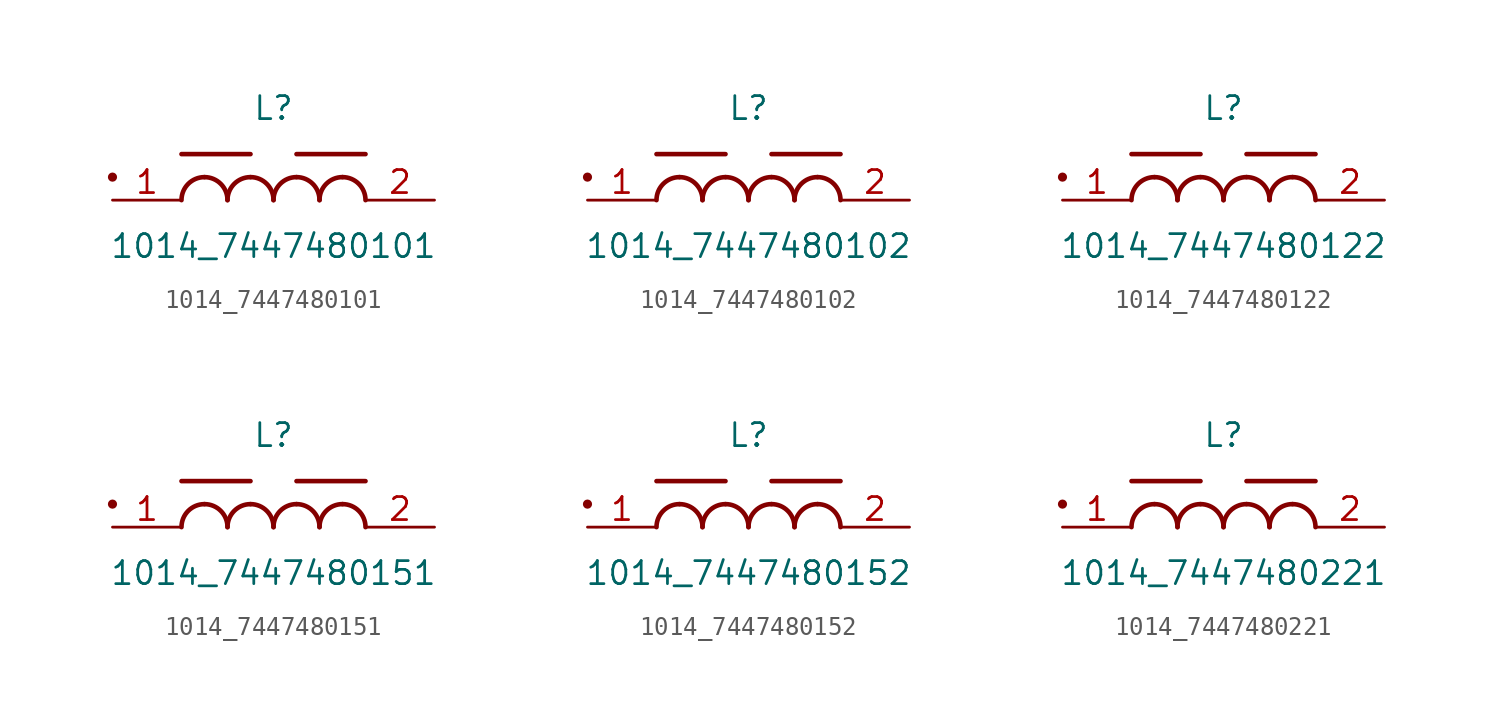
<source format=kicad_sym>
(kicad_symbol_lib
  (version 20211014)
  (generator kicad_symbol_editor)
  (symbol "Inductor_Wurth_WE-TI:1014_7447480101"
    (pin_names hide)
    (property "Reference" "L"
      (at 0 5.08 0)
      (effects (font (size 1.27 1.27))))
    (property "Value" "1014_7447480101"
      (at 0 -2.54 0)
      (effects (font (size 1.27 1.27))))
    (symbol "1014_7447480101_0_1"
      (circle (center -8.89 1.27) (radius 0.0001) (stroke (width 0.254)) (stroke (width 0.254) (type default) (color 0 0 0 0)) (fill (type none)))
      (arc (start -3.81 1.27) (mid -4.708 0.898) (end -5.08 0) (stroke (width 0.254) (type default) (color 0 0 0 0)) (fill (type none)))
      (arc (start -2.54 0) (mid -2.912 0.898) (end -3.81 1.27) (stroke (width 0.254) (type default) (color 0 0 0 0)) (fill (type none)))
      (arc (start -1.2699 1.2701) (mid -2.1679 0.8981) (end -2.5399 0.0001) (stroke (width 0.254) (type default) (color 0 0 0 0)) (fill (type none)))
      (polyline (pts (xy -5.08 2.54) (xy -1.27 2.54)) (stroke (width 0.254) (type default) (color 0 0 0 0)) (fill (type none)))
      (polyline (pts (xy 5.08 2.54) (xy 1.27 2.54)) (stroke (width 0.254) (type default) (color 0 0 0 0)) (fill (type none)))
      (arc (start 0.0001 0.0001) (mid -0.3719 0.8981) (end -1.2699 1.2701) (stroke (width 0.254) (type default) (color 0 0 0 0)) (fill (type none)))
      (arc (start 1.2701 1.2701) (mid 0.3721 0.8981) (end 0.0001 0.0001) (stroke (width 0.254) (type default) (color 0 0 0 0)) (fill (type none)))
      (arc (start 2.5401 0.0001) (mid 2.1681 0.8981) (end 1.2701 1.2701) (stroke (width 0.254) (type default) (color 0 0 0 0)) (fill (type none)))
      (arc (start 3.8101 1.2701) (mid 2.9121 0.8981) (end 2.5401 0.0001) (stroke (width 0.254) (type default) (color 0 0 0 0)) (fill (type none)))
      (arc (start 5.0801 0.0001) (mid 4.7081 0.8981) (end 3.8101 1.2701) (stroke (width 0.254) (type default) (color 0 0 0 0)) (fill (type none))))
    (symbol "1014_7447480101_1_1"
      (pin passive line (at -8.89 0 0) (length 3.81) (name "1" (effects (font (size 1.27 1.27)))) (number "1" (effects (font (size 1.27 1.27)))))
      (pin passive line (at 8.89 0 180) (length 3.81) (name "2" (effects (font (size 1.27 1.27)))) (number "2" (effects (font (size 1.27 1.27)))))))
  (symbol "Inductor_Wurth_WE-TI:1014_7447480102"
    (pin_names hide)
    (property "Reference" "L"
      (at 0 5.08 0)
      (effects (font (size 1.27 1.27))))
    (property "Value" "1014_7447480102"
      (at 0 -2.54 0)
      (effects (font (size 1.27 1.27))))
    (symbol "1014_7447480102_0_1"
      (circle (center -8.89 1.27) (radius 0.0001) (stroke (width 0.254)) (stroke (width 0.254) (type default) (color 0 0 0 0)) (fill (type none)))
      (arc (start -3.81 1.27) (mid -4.708 0.898) (end -5.08 0) (stroke (width 0.254) (type default) (color 0 0 0 0)) (fill (type none)))
      (arc (start -2.54 0) (mid -2.912 0.898) (end -3.81 1.27) (stroke (width 0.254) (type default) (color 0 0 0 0)) (fill (type none)))
      (arc (start -1.2699 1.2701) (mid -2.1679 0.8981) (end -2.5399 0.0001) (stroke (width 0.254) (type default) (color 0 0 0 0)) (fill (type none)))
      (polyline (pts (xy -5.08 2.54) (xy -1.27 2.54)) (stroke (width 0.254) (type default) (color 0 0 0 0)) (fill (type none)))
      (polyline (pts (xy 5.08 2.54) (xy 1.27 2.54)) (stroke (width 0.254) (type default) (color 0 0 0 0)) (fill (type none)))
      (arc (start 0.0001 0.0001) (mid -0.3719 0.8981) (end -1.2699 1.2701) (stroke (width 0.254) (type default) (color 0 0 0 0)) (fill (type none)))
      (arc (start 1.2701 1.2701) (mid 0.3721 0.8981) (end 0.0001 0.0001) (stroke (width 0.254) (type default) (color 0 0 0 0)) (fill (type none)))
      (arc (start 2.5401 0.0001) (mid 2.1681 0.8981) (end 1.2701 1.2701) (stroke (width 0.254) (type default) (color 0 0 0 0)) (fill (type none)))
      (arc (start 3.8101 1.2701) (mid 2.9121 0.8981) (end 2.5401 0.0001) (stroke (width 0.254) (type default) (color 0 0 0 0)) (fill (type none)))
      (arc (start 5.0801 0.0001) (mid 4.7081 0.8981) (end 3.8101 1.2701) (stroke (width 0.254) (type default) (color 0 0 0 0)) (fill (type none))))
    (symbol "1014_7447480102_1_1"
      (pin passive line (at -8.89 0 0) (length 3.81) (name "1" (effects (font (size 1.27 1.27)))) (number "1" (effects (font (size 1.27 1.27)))))
      (pin passive line (at 8.89 0 180) (length 3.81) (name "2" (effects (font (size 1.27 1.27)))) (number "2" (effects (font (size 1.27 1.27)))))))
  (symbol "Inductor_Wurth_WE-TI:1014_7447480122"
    (pin_names hide)
    (property "Reference" "L"
      (at 0 5.08 0)
      (effects (font (size 1.27 1.27))))
    (property "Value" "1014_7447480122"
      (at 0 -2.54 0)
      (effects (font (size 1.27 1.27))))
    (symbol "1014_7447480122_0_1"
      (circle (center -8.89 1.27) (radius 0.0001) (stroke (width 0.254)) (stroke (width 0.254) (type default) (color 0 0 0 0)) (fill (type none)))
      (arc (start -3.81 1.27) (mid -4.708 0.898) (end -5.08 0) (stroke (width 0.254) (type default) (color 0 0 0 0)) (fill (type none)))
      (arc (start -2.54 0) (mid -2.912 0.898) (end -3.81 1.27) (stroke (width 0.254) (type default) (color 0 0 0 0)) (fill (type none)))
      (arc (start -1.2699 1.2701) (mid -2.1679 0.8981) (end -2.5399 0.0001) (stroke (width 0.254) (type default) (color 0 0 0 0)) (fill (type none)))
      (polyline (pts (xy -5.08 2.54) (xy -1.27 2.54)) (stroke (width 0.254) (type default) (color 0 0 0 0)) (fill (type none)))
      (polyline (pts (xy 5.08 2.54) (xy 1.27 2.54)) (stroke (width 0.254) (type default) (color 0 0 0 0)) (fill (type none)))
      (arc (start 0.0001 0.0001) (mid -0.3719 0.8981) (end -1.2699 1.2701) (stroke (width 0.254) (type default) (color 0 0 0 0)) (fill (type none)))
      (arc (start 1.2701 1.2701) (mid 0.3721 0.8981) (end 0.0001 0.0001) (stroke (width 0.254) (type default) (color 0 0 0 0)) (fill (type none)))
      (arc (start 2.5401 0.0001) (mid 2.1681 0.8981) (end 1.2701 1.2701) (stroke (width 0.254) (type default) (color 0 0 0 0)) (fill (type none)))
      (arc (start 3.8101 1.2701) (mid 2.9121 0.8981) (end 2.5401 0.0001) (stroke (width 0.254) (type default) (color 0 0 0 0)) (fill (type none)))
      (arc (start 5.0801 0.0001) (mid 4.7081 0.8981) (end 3.8101 1.2701) (stroke (width 0.254) (type default) (color 0 0 0 0)) (fill (type none))))
    (symbol "1014_7447480122_1_1"
      (pin passive line (at -8.89 0 0) (length 3.81) (name "1" (effects (font (size 1.27 1.27)))) (number "1" (effects (font (size 1.27 1.27)))))
      (pin passive line (at 8.89 0 180) (length 3.81) (name "2" (effects (font (size 1.27 1.27)))) (number "2" (effects (font (size 1.27 1.27)))))))
  (symbol "Inductor_Wurth_WE-TI:1014_7447480151"
    (pin_names hide)
    (property "Reference" "L"
      (at 0 5.08 0)
      (effects (font (size 1.27 1.27))))
    (property "Value" "1014_7447480151"
      (at 0 -2.54 0)
      (effects (font (size 1.27 1.27))))
    (symbol "1014_7447480151_0_1"
      (circle (center -8.89 1.27) (radius 0.0001) (stroke (width 0.254)) (stroke (width 0.254) (type default) (color 0 0 0 0)) (fill (type none)))
      (arc (start -3.81 1.27) (mid -4.708 0.898) (end -5.08 0) (stroke (width 0.254) (type default) (color 0 0 0 0)) (fill (type none)))
      (arc (start -2.54 0) (mid -2.912 0.898) (end -3.81 1.27) (stroke (width 0.254) (type default) (color 0 0 0 0)) (fill (type none)))
      (arc (start -1.2699 1.2701) (mid -2.1679 0.8981) (end -2.5399 0.0001) (stroke (width 0.254) (type default) (color 0 0 0 0)) (fill (type none)))
      (polyline (pts (xy -5.08 2.54) (xy -1.27 2.54)) (stroke (width 0.254) (type default) (color 0 0 0 0)) (fill (type none)))
      (polyline (pts (xy 5.08 2.54) (xy 1.27 2.54)) (stroke (width 0.254) (type default) (color 0 0 0 0)) (fill (type none)))
      (arc (start 0.0001 0.0001) (mid -0.3719 0.8981) (end -1.2699 1.2701) (stroke (width 0.254) (type default) (color 0 0 0 0)) (fill (type none)))
      (arc (start 1.2701 1.2701) (mid 0.3721 0.8981) (end 0.0001 0.0001) (stroke (width 0.254) (type default) (color 0 0 0 0)) (fill (type none)))
      (arc (start 2.5401 0.0001) (mid 2.1681 0.8981) (end 1.2701 1.2701) (stroke (width 0.254) (type default) (color 0 0 0 0)) (fill (type none)))
      (arc (start 3.8101 1.2701) (mid 2.9121 0.8981) (end 2.5401 0.0001) (stroke (width 0.254) (type default) (color 0 0 0 0)) (fill (type none)))
      (arc (start 5.0801 0.0001) (mid 4.7081 0.8981) (end 3.8101 1.2701) (stroke (width 0.254) (type default) (color 0 0 0 0)) (fill (type none))))
    (symbol "1014_7447480151_1_1"
      (pin passive line (at -8.89 0 0) (length 3.81) (name "1" (effects (font (size 1.27 1.27)))) (number "1" (effects (font (size 1.27 1.27)))))
      (pin passive line (at 8.89 0 180) (length 3.81) (name "2" (effects (font (size 1.27 1.27)))) (number "2" (effects (font (size 1.27 1.27)))))))
  (symbol "Inductor_Wurth_WE-TI:1014_7447480152"
    (pin_names hide)
    (property "Reference" "L"
      (at 0 5.08 0)
      (effects (font (size 1.27 1.27))))
    (property "Value" "1014_7447480152"
      (at 0 -2.54 0)
      (effects (font (size 1.27 1.27))))
    (symbol "1014_7447480152_0_1"
      (circle (center -8.89 1.27) (radius 0.0001) (stroke (width 0.254)) (stroke (width 0.254) (type default) (color 0 0 0 0)) (fill (type none)))
      (arc (start -3.81 1.27) (mid -4.708 0.898) (end -5.08 0) (stroke (width 0.254) (type default) (color 0 0 0 0)) (fill (type none)))
      (arc (start -2.54 0) (mid -2.912 0.898) (end -3.81 1.27) (stroke (width 0.254) (type default) (color 0 0 0 0)) (fill (type none)))
      (arc (start -1.2699 1.2701) (mid -2.1679 0.8981) (end -2.5399 0.0001) (stroke (width 0.254) (type default) (color 0 0 0 0)) (fill (type none)))
      (polyline (pts (xy -5.08 2.54) (xy -1.27 2.54)) (stroke (width 0.254) (type default) (color 0 0 0 0)) (fill (type none)))
      (polyline (pts (xy 5.08 2.54) (xy 1.27 2.54)) (stroke (width 0.254) (type default) (color 0 0 0 0)) (fill (type none)))
      (arc (start 0.0001 0.0001) (mid -0.3719 0.8981) (end -1.2699 1.2701) (stroke (width 0.254) (type default) (color 0 0 0 0)) (fill (type none)))
      (arc (start 1.2701 1.2701) (mid 0.3721 0.8981) (end 0.0001 0.0001) (stroke (width 0.254) (type default) (color 0 0 0 0)) (fill (type none)))
      (arc (start 2.5401 0.0001) (mid 2.1681 0.8981) (end 1.2701 1.2701) (stroke (width 0.254) (type default) (color 0 0 0 0)) (fill (type none)))
      (arc (start 3.8101 1.2701) (mid 2.9121 0.8981) (end 2.5401 0.0001) (stroke (width 0.254) (type default) (color 0 0 0 0)) (fill (type none)))
      (arc (start 5.0801 0.0001) (mid 4.7081 0.8981) (end 3.8101 1.2701) (stroke (width 0.254) (type default) (color 0 0 0 0)) (fill (type none))))
    (symbol "1014_7447480152_1_1"
      (pin passive line (at -8.89 0 0) (length 3.81) (name "1" (effects (font (size 1.27 1.27)))) (number "1" (effects (font (size 1.27 1.27)))))
      (pin passive line (at 8.89 0 180) (length 3.81) (name "2" (effects (font (size 1.27 1.27)))) (number "2" (effects (font (size 1.27 1.27)))))))
  (symbol "Inductor_Wurth_WE-TI:1014_7447480221"
    (pin_names hide)
    (property "Reference" "L"
      (at 0 5.08 0)
      (effects (font (size 1.27 1.27))))
    (property "Value" "1014_7447480221"
      (at 0 -2.54 0)
      (effects (font (size 1.27 1.27))))
    (symbol "1014_7447480221_0_1"
      (circle (center -8.89 1.27) (radius 0.0001) (stroke (width 0.254)) (stroke (width 0.254) (type default) (color 0 0 0 0)) (fill (type none)))
      (arc (start -3.81 1.27) (mid -4.708 0.898) (end -5.08 0) (stroke (width 0.254) (type default) (color 0 0 0 0)) (fill (type none)))
      (arc (start -2.54 0) (mid -2.912 0.898) (end -3.81 1.27) (stroke (width 0.254) (type default) (color 0 0 0 0)) (fill (type none)))
      (arc (start -1.2699 1.2701) (mid -2.1679 0.8981) (end -2.5399 0.0001) (stroke (width 0.254) (type default) (color 0 0 0 0)) (fill (type none)))
      (polyline (pts (xy -5.08 2.54) (xy -1.27 2.54)) (stroke (width 0.254) (type default) (color 0 0 0 0)) (fill (type none)))
      (polyline (pts (xy 5.08 2.54) (xy 1.27 2.54)) (stroke (width 0.254) (type default) (color 0 0 0 0)) (fill (type none)))
      (arc (start 0.0001 0.0001) (mid -0.3719 0.8981) (end -1.2699 1.2701) (stroke (width 0.254) (type default) (color 0 0 0 0)) (fill (type none)))
      (arc (start 1.2701 1.2701) (mid 0.3721 0.8981) (end 0.0001 0.0001) (stroke (width 0.254) (type default) (color 0 0 0 0)) (fill (type none)))
      (arc (start 2.5401 0.0001) (mid 2.1681 0.8981) (end 1.2701 1.2701) (stroke (width 0.254) (type default) (color 0 0 0 0)) (fill (type none)))
      (arc (start 3.8101 1.2701) (mid 2.9121 0.8981) (end 2.5401 0.0001) (stroke (width 0.254) (type default) (color 0 0 0 0)) (fill (type none)))
      (arc (start 5.0801 0.0001) (mid 4.7081 0.8981) (end 3.8101 1.2701) (stroke (width 0.254) (type default) (color 0 0 0 0)) (fill (type none))))
    (symbol "1014_7447480221_1_1"
      (pin passive line (at -8.89 0 0) (length 3.81) (name "1" (effects (font (size 1.27 1.27)))) (number "1" (effects (font (size 1.27 1.27)))))
      (pin passive line (at 8.89 0 180) (length 3.81) (name "2" (effects (font (size 1.27 1.27)))) (number "2" (effects (font (size 1.27 1.27))))))))
</source>
